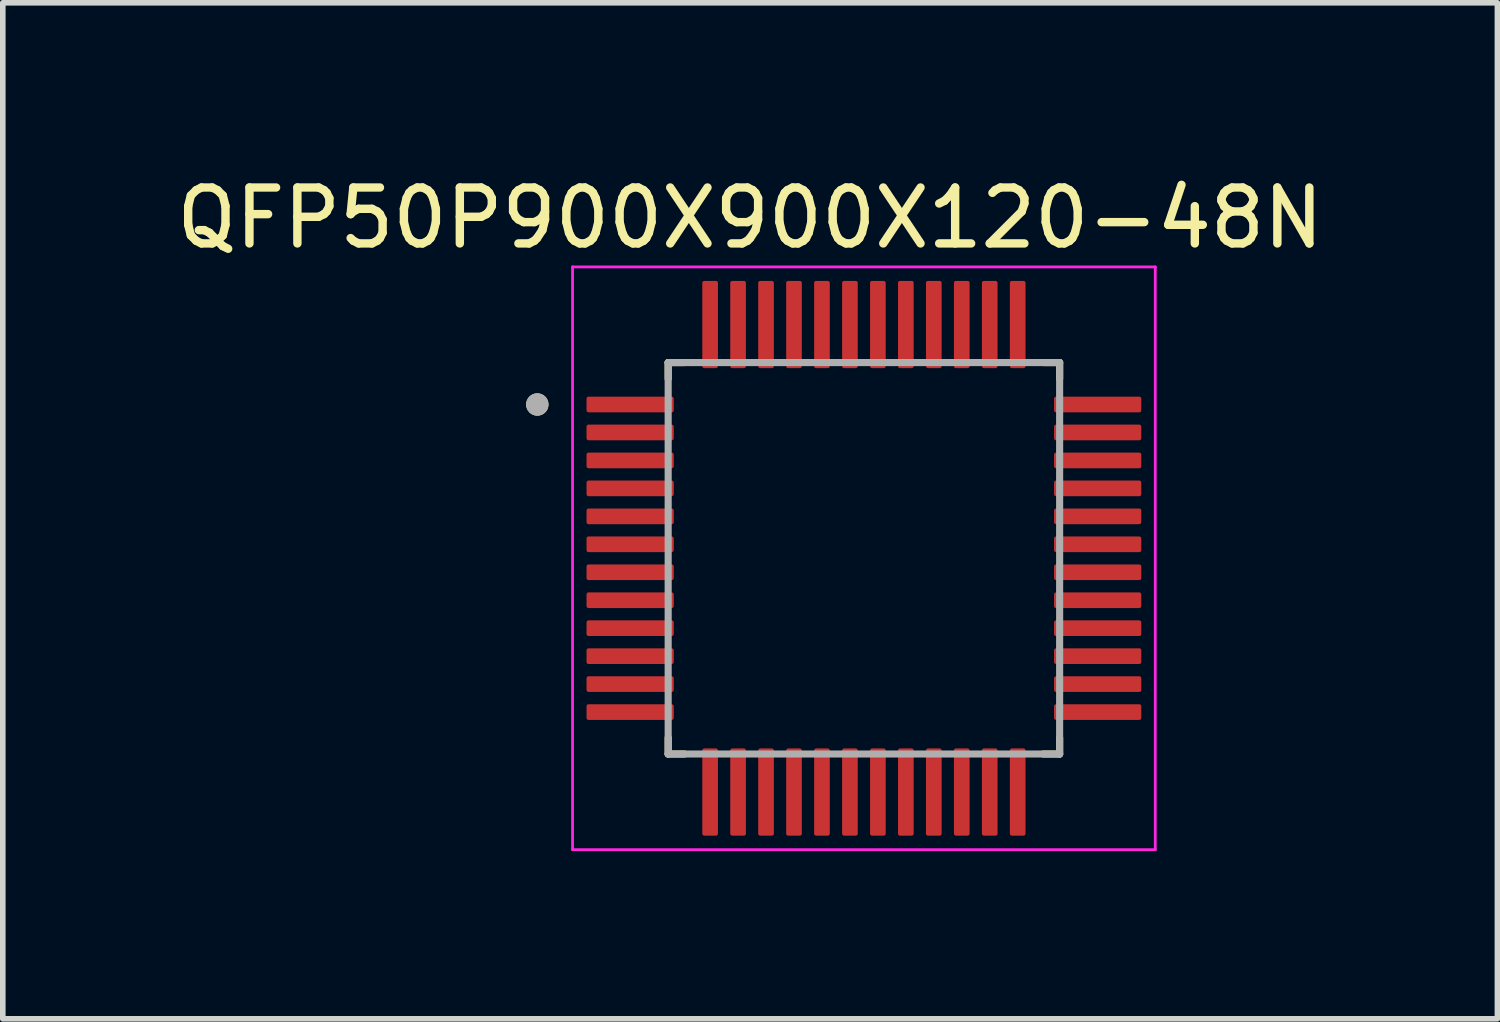
<source format=kicad_pcb>
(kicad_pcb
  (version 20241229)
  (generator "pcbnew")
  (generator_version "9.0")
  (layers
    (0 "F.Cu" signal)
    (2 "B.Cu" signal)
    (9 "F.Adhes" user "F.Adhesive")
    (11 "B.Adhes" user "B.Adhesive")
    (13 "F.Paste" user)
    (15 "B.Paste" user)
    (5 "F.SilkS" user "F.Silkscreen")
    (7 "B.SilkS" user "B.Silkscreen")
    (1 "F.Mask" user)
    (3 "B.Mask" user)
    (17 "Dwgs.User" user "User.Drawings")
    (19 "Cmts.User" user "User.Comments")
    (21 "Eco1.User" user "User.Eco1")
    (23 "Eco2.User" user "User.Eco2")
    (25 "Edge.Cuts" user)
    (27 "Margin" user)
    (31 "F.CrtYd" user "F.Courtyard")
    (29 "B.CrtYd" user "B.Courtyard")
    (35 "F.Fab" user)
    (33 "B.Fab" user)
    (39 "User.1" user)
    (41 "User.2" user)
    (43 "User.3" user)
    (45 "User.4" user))
  (footprint "QFP50P900X900X120-48N"
    (layer "F.Cu")
    (at 12.398 6.933)
    (property "Reference" "QFP50P900X900X120-48N" (at -2.035 -6.085 0) (layer "F.SilkS") (effects (font (size 1 1) (thickness 0.15))))
    (attr smd)
    (fp_line (start -3.5 -3.5) (end -3.5 -3.21) (stroke (width 0.127) (type solid)) (layer "F.SilkS"))
    (fp_line (start -3.5 -3.5) (end -3.21 -3.5) (stroke (width 0.127) (type solid)) (layer "F.SilkS"))
    (fp_line (start -3.5 3.5) (end -3.5 3.21) (stroke (width 0.127) (type solid)) (layer "F.SilkS"))
    (fp_line (start -3.5 3.5) (end -3.21 3.5) (stroke (width 0.127) (type solid)) (layer "F.SilkS"))
    (fp_line (start 3.5 -3.5) (end 3.21 -3.5) (stroke (width 0.127) (type solid)) (layer "F.SilkS"))
    (fp_line (start 3.5 -3.5) (end 3.5 -3.21) (stroke (width 0.127) (type solid)) (layer "F.SilkS"))
    (fp_line (start 3.5 3.5) (end 3.21 3.5) (stroke (width 0.127) (type solid)) (layer "F.SilkS"))
    (fp_line (start 3.5 3.5) (end 3.5 3.21) (stroke (width 0.127) (type solid)) (layer "F.SilkS"))
    (fp_circle (center -5.84 -2.75) (end -5.74 -2.75) (stroke (width 0.2) (type solid)) (fill no) (layer "F.SilkS"))
    (fp_line (start -5.21 -5.21) (end 5.21 -5.21) (stroke (width 0.05) (type solid)) (layer "F.CrtYd"))
    (fp_line (start -5.21 5.21) (end -5.21 -5.21) (stroke (width 0.05) (type solid)) (layer "F.CrtYd"))
    (fp_line (start -5.21 5.21) (end 5.21 5.21) (stroke (width 0.05) (type solid)) (layer "F.CrtYd"))
    (fp_line (start 5.21 5.21) (end 5.21 -5.21) (stroke (width 0.05) (type solid)) (layer "F.CrtYd"))
    (fp_line (start -3.5 3.5) (end -3.5 -3.5) (stroke (width 0.127) (type solid)) (layer "F.Fab"))
    (fp_line (start 3.5 -3.5) (end -3.5 -3.5) (stroke (width 0.127) (type solid)) (layer "F.Fab"))
    (fp_line (start 3.5 3.5) (end -3.5 3.5) (stroke (width 0.127) (type solid)) (layer "F.Fab"))
    (fp_line (start 3.5 3.5) (end 3.5 -3.5) (stroke (width 0.127) (type solid)) (layer "F.Fab"))
    (fp_circle (center -5.84 -2.75) (end -5.74 -2.75) (stroke (width 0.2) (type solid)) (fill no) (layer "F.Fab"))
    (pad "1" smd roundrect (at -4.18 -2.75) (size 1.56 0.28) (layers "F.Cu" "F.Mask" "F.Paste") (roundrect_rratio 0.125))
    (pad "2" smd roundrect (at -4.18 -2.25) (size 1.56 0.28) (layers "F.Cu" "F.Mask" "F.Paste") (roundrect_rratio 0.125))
    (pad "3" smd roundrect (at -4.18 -1.75) (size 1.56 0.28) (layers "F.Cu" "F.Mask" "F.Paste") (roundrect_rratio 0.125))
    (pad "4" smd roundrect (at -4.18 -1.25) (size 1.56 0.28) (layers "F.Cu" "F.Mask" "F.Paste") (roundrect_rratio 0.125))
    (pad "5" smd roundrect (at -4.18 -0.75) (size 1.56 0.28) (layers "F.Cu" "F.Mask" "F.Paste") (roundrect_rratio 0.125))
    (pad "6" smd roundrect (at -4.18 -0.25) (size 1.56 0.28) (layers "F.Cu" "F.Mask" "F.Paste") (roundrect_rratio 0.125))
    (pad "7" smd roundrect (at -4.18 0.25) (size 1.56 0.28) (layers "F.Cu" "F.Mask" "F.Paste") (roundrect_rratio 0.125))
    (pad "8" smd roundrect (at -4.18 0.75) (size 1.56 0.28) (layers "F.Cu" "F.Mask" "F.Paste") (roundrect_rratio 0.125))
    (pad "9" smd roundrect (at -4.18 1.25) (size 1.56 0.28) (layers "F.Cu" "F.Mask" "F.Paste") (roundrect_rratio 0.125))
    (pad "10" smd roundrect (at -4.18 1.75) (size 1.56 0.28) (layers "F.Cu" "F.Mask" "F.Paste") (roundrect_rratio 0.125))
    (pad "11" smd roundrect (at -4.18 2.25) (size 1.56 0.28) (layers "F.Cu" "F.Mask" "F.Paste") (roundrect_rratio 0.125))
    (pad "12" smd roundrect (at -4.18 2.75) (size 1.56 0.28) (layers "F.Cu" "F.Mask" "F.Paste") (roundrect_rratio 0.125))
    (pad "13" smd roundrect (at -2.75 4.18) (size 0.28 1.56) (layers "F.Cu" "F.Mask" "F.Paste") (roundrect_rratio 0.125))
    (pad "14" smd roundrect (at -2.25 4.18) (size 0.28 1.56) (layers "F.Cu" "F.Mask" "F.Paste") (roundrect_rratio 0.125))
    (pad "15" smd roundrect (at -1.75 4.18) (size 0.28 1.56) (layers "F.Cu" "F.Mask" "F.Paste") (roundrect_rratio 0.125))
    (pad "16" smd roundrect (at -1.25 4.18) (size 0.28 1.56) (layers "F.Cu" "F.Mask" "F.Paste") (roundrect_rratio 0.125))
    (pad "17" smd roundrect (at -0.75 4.18) (size 0.28 1.56) (layers "F.Cu" "F.Mask" "F.Paste") (roundrect_rratio 0.125))
    (pad "18" smd roundrect (at -0.25 4.18) (size 0.28 1.56) (layers "F.Cu" "F.Mask" "F.Paste") (roundrect_rratio 0.125))
    (pad "19" smd roundrect (at 0.25 4.18) (size 0.28 1.56) (layers "F.Cu" "F.Mask" "F.Paste") (roundrect_rratio 0.125))
    (pad "20" smd roundrect (at 0.75 4.18) (size 0.28 1.56) (layers "F.Cu" "F.Mask" "F.Paste") (roundrect_rratio 0.125))
    (pad "21" smd roundrect (at 1.25 4.18) (size 0.28 1.56) (layers "F.Cu" "F.Mask" "F.Paste") (roundrect_rratio 0.125))
    (pad "22" smd roundrect (at 1.75 4.18) (size 0.28 1.56) (layers "F.Cu" "F.Mask" "F.Paste") (roundrect_rratio 0.125))
    (pad "23" smd roundrect (at 2.25 4.18) (size 0.28 1.56) (layers "F.Cu" "F.Mask" "F.Paste") (roundrect_rratio 0.125))
    (pad "24" smd roundrect (at 2.75 4.18) (size 0.28 1.56) (layers "F.Cu" "F.Mask" "F.Paste") (roundrect_rratio 0.125))
    (pad "25" smd roundrect (at 4.18 2.75) (size 1.56 0.28) (layers "F.Cu" "F.Mask" "F.Paste") (roundrect_rratio 0.125))
    (pad "26" smd roundrect (at 4.18 2.25) (size 1.56 0.28) (layers "F.Cu" "F.Mask" "F.Paste") (roundrect_rratio 0.125))
    (pad "27" smd roundrect (at 4.18 1.75) (size 1.56 0.28) (layers "F.Cu" "F.Mask" "F.Paste") (roundrect_rratio 0.125))
    (pad "28" smd roundrect (at 4.18 1.25) (size 1.56 0.28) (layers "F.Cu" "F.Mask" "F.Paste") (roundrect_rratio 0.125))
    (pad "29" smd roundrect (at 4.18 0.75) (size 1.56 0.28) (layers "F.Cu" "F.Mask" "F.Paste") (roundrect_rratio 0.125))
    (pad "30" smd roundrect (at 4.18 0.25) (size 1.56 0.28) (layers "F.Cu" "F.Mask" "F.Paste") (roundrect_rratio 0.125))
    (pad "31" smd roundrect (at 4.18 -0.25) (size 1.56 0.28) (layers "F.Cu" "F.Mask" "F.Paste") (roundrect_rratio 0.125))
    (pad "32" smd roundrect (at 4.18 -0.75) (size 1.56 0.28) (layers "F.Cu" "F.Mask" "F.Paste") (roundrect_rratio 0.125))
    (pad "33" smd roundrect (at 4.18 -1.25) (size 1.56 0.28) (layers "F.Cu" "F.Mask" "F.Paste") (roundrect_rratio 0.125))
    (pad "34" smd roundrect (at 4.18 -1.75) (size 1.56 0.28) (layers "F.Cu" "F.Mask" "F.Paste") (roundrect_rratio 0.125))
    (pad "35" smd roundrect (at 4.18 -2.25) (size 1.56 0.28) (layers "F.Cu" "F.Mask" "F.Paste") (roundrect_rratio 0.125))
    (pad "36" smd roundrect (at 4.18 -2.75) (size 1.56 0.28) (layers "F.Cu" "F.Mask" "F.Paste") (roundrect_rratio 0.125))
    (pad "37" smd roundrect (at 2.75 -4.18) (size 0.28 1.56) (layers "F.Cu" "F.Mask" "F.Paste") (roundrect_rratio 0.125))
    (pad "38" smd roundrect (at 2.25 -4.18) (size 0.28 1.56) (layers "F.Cu" "F.Mask" "F.Paste") (roundrect_rratio 0.125))
    (pad "39" smd roundrect (at 1.75 -4.18) (size 0.28 1.56) (layers "F.Cu" "F.Mask" "F.Paste") (roundrect_rratio 0.125))
    (pad "40" smd roundrect (at 1.25 -4.18) (size 0.28 1.56) (layers "F.Cu" "F.Mask" "F.Paste") (roundrect_rratio 0.125))
    (pad "41" smd roundrect (at 0.75 -4.18) (size 0.28 1.56) (layers "F.Cu" "F.Mask" "F.Paste") (roundrect_rratio 0.125))
    (pad "42" smd roundrect (at 0.25 -4.18) (size 0.28 1.56) (layers "F.Cu" "F.Mask" "F.Paste") (roundrect_rratio 0.125))
    (pad "43" smd roundrect (at -0.25 -4.18) (size 0.28 1.56) (layers "F.Cu" "F.Mask" "F.Paste") (roundrect_rratio 0.125))
    (pad "44" smd roundrect (at -0.75 -4.18) (size 0.28 1.56) (layers "F.Cu" "F.Mask" "F.Paste") (roundrect_rratio 0.125))
    (pad "45" smd roundrect (at -1.25 -4.18) (size 0.28 1.56) (layers "F.Cu" "F.Mask" "F.Paste") (roundrect_rratio 0.125))
    (pad "46" smd roundrect (at -1.75 -4.18) (size 0.28 1.56) (layers "F.Cu" "F.Mask" "F.Paste") (roundrect_rratio 0.125))
    (pad "47" smd roundrect (at -2.25 -4.18) (size 0.28 1.56) (layers "F.Cu" "F.Mask" "F.Paste") (roundrect_rratio 0.125))
    (pad "48" smd roundrect (at -2.75 -4.18) (size 0.28 1.56) (layers "F.Cu" "F.Mask" "F.Paste") (roundrect_rratio 0.125)))
  (gr_rect
    (start -3 -3)
    (end 23.726 15.168)
    (stroke (width 0.1) (type default))
    (fill no)
    (layer "Edge.Cuts")))
</source>
